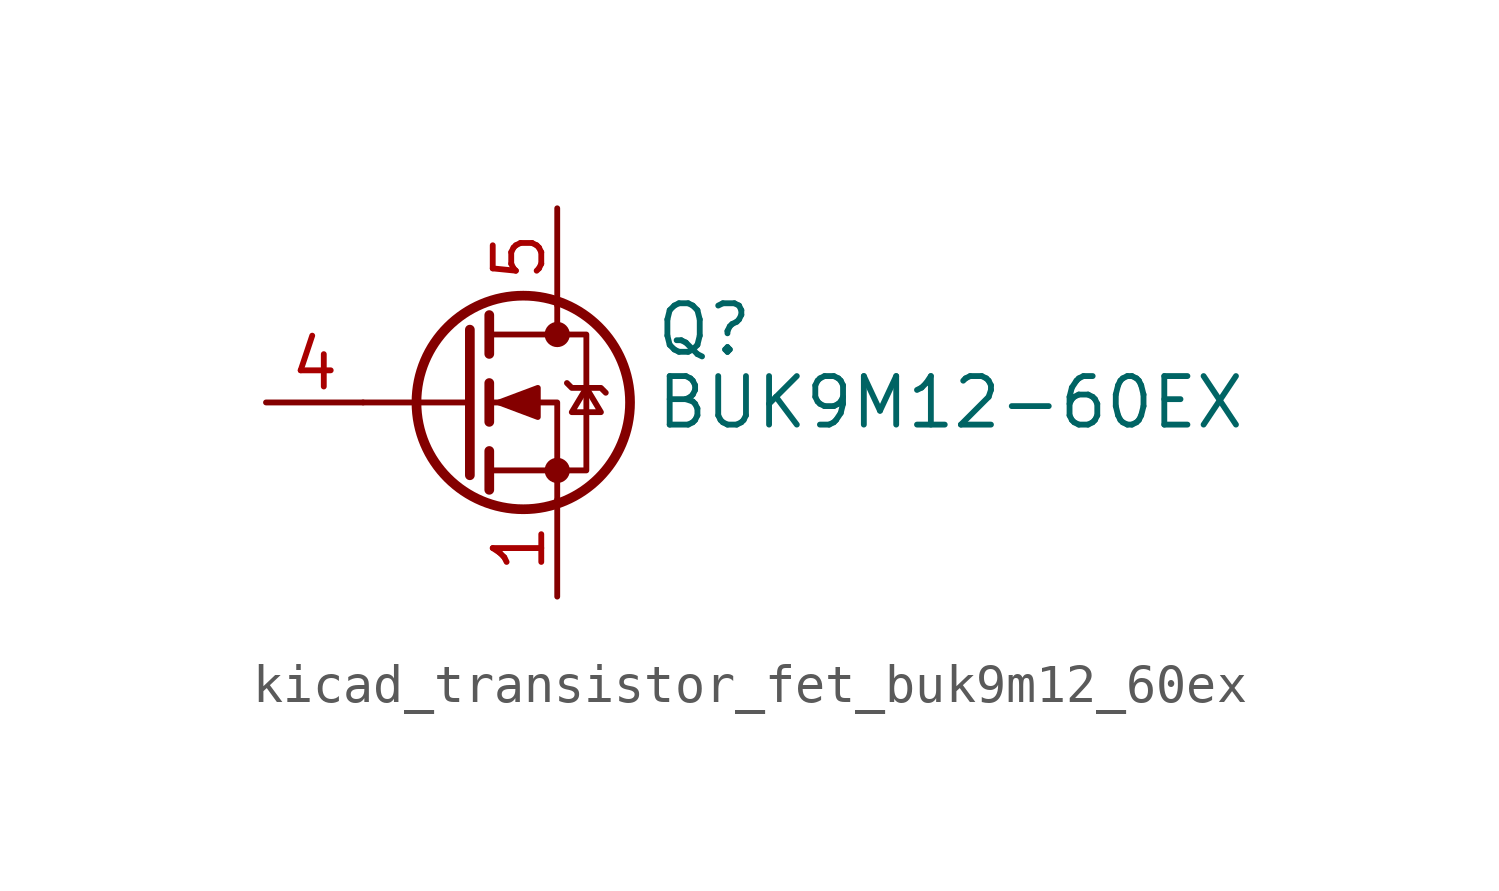
<source format=kicad_sym>
(kicad_symbol_lib
  (version 20220914)
  (generator kicad_symbol_editor)
  (symbol "kicad_transistor_fet_buk9m12_60ex"
    (pin_names hide)
    (property "Reference" "Q"
      (at 5.08 1.905 0)
      (effects (font (size 1.27 1.27)) (justify left)))
    (property "Value" "BUK9M12-60EX"
      (at 5.08 0 0)
      (effects (font (size 1.27 1.27)) (justify left)))
    (symbol "kicad_transistor_fet_buk9m12_60ex_0_1"
      (polyline (pts (xy 0.254 0) (xy -2.54 0)) (stroke (width 0) (type default)) (fill (type none)))
      (polyline (pts (xy 0.254 1.905) (xy 0.254 -1.905)) (stroke (width 0.254) (type default)) (fill (type none)))
      (polyline (pts (xy 0.762 -1.27) (xy 0.762 -2.286)) (stroke (width 0.254) (type default)) (fill (type none)))
      (polyline (pts (xy 0.762 0.508) (xy 0.762 -0.508)) (stroke (width 0.254) (type default)) (fill (type none)))
      (polyline (pts (xy 0.762 2.286) (xy 0.762 1.27)) (stroke (width 0.254) (type default)) (fill (type none)))
      (polyline (pts (xy 2.54 2.54) (xy 2.54 1.778)) (stroke (width 0) (type default)) (fill (type none)))
      (polyline (pts (xy 2.54 -2.54) (xy 2.54 0) (xy 0.762 0)) (stroke (width 0) (type default)) (fill (type none)))
      (polyline (pts (xy 0.762 -1.778) (xy 3.302 -1.778) (xy 3.302 1.778) (xy 0.762 1.778)) (stroke (width 0) (type default)) (fill (type none)))
      (polyline (pts (xy 1.016 0) (xy 2.032 0.381) (xy 2.032 -0.381) (xy 1.016 0)) (stroke (width 0) (type default)) (fill (type outline)))
      (polyline (pts (xy 2.794 0.508) (xy 2.921 0.381) (xy 3.683 0.381) (xy 3.81 0.254)) (stroke (width 0) (type default)) (fill (type none)))
      (polyline (pts (xy 3.302 0.381) (xy 2.921 -0.254) (xy 3.683 -0.254) (xy 3.302 0.381)) (stroke (width 0) (type default)) (fill (type none)))
      (circle (center 1.651 0) (radius 2.794) (stroke (width 0.254) (type default)) (fill (type none)))
      (circle (center 2.54 -1.778) (radius 0.254) (stroke (width 0) (type default)) (fill (type outline)))
      (circle (center 2.54 1.778) (radius 0.254) (stroke (width 0) (type default)) (fill (type outline))))
    (symbol "kicad_transistor_fet_buk9m12_60ex_1_1"
      (pin passive line (at 2.54 -5.08 90) (length 2.54) (name "S" (effects (font (size 1.27 1.27)))) (number "1" (effects (font (size 1.27 1.27)))))
      (pin passive line (at 2.54 -5.08 90) (length 2.54) hide (name "S" (effects (font (size 1.27 1.27)))) (number "2" (effects (font (size 1.27 1.27)))))
      (pin passive line (at 2.54 -5.08 90) (length 2.54) hide (name "S" (effects (font (size 1.27 1.27)))) (number "3" (effects (font (size 1.27 1.27)))))
      (pin passive line (at -5.08 0 0) (length 2.54) (name "G" (effects (font (size 1.27 1.27)))) (number "4" (effects (font (size 1.27 1.27)))))
      (pin passive line (at 2.54 5.08 270) (length 2.54) (name "D" (effects (font (size 1.27 1.27)))) (number "5" (effects (font (size 1.27 1.27))))))))
</source>
